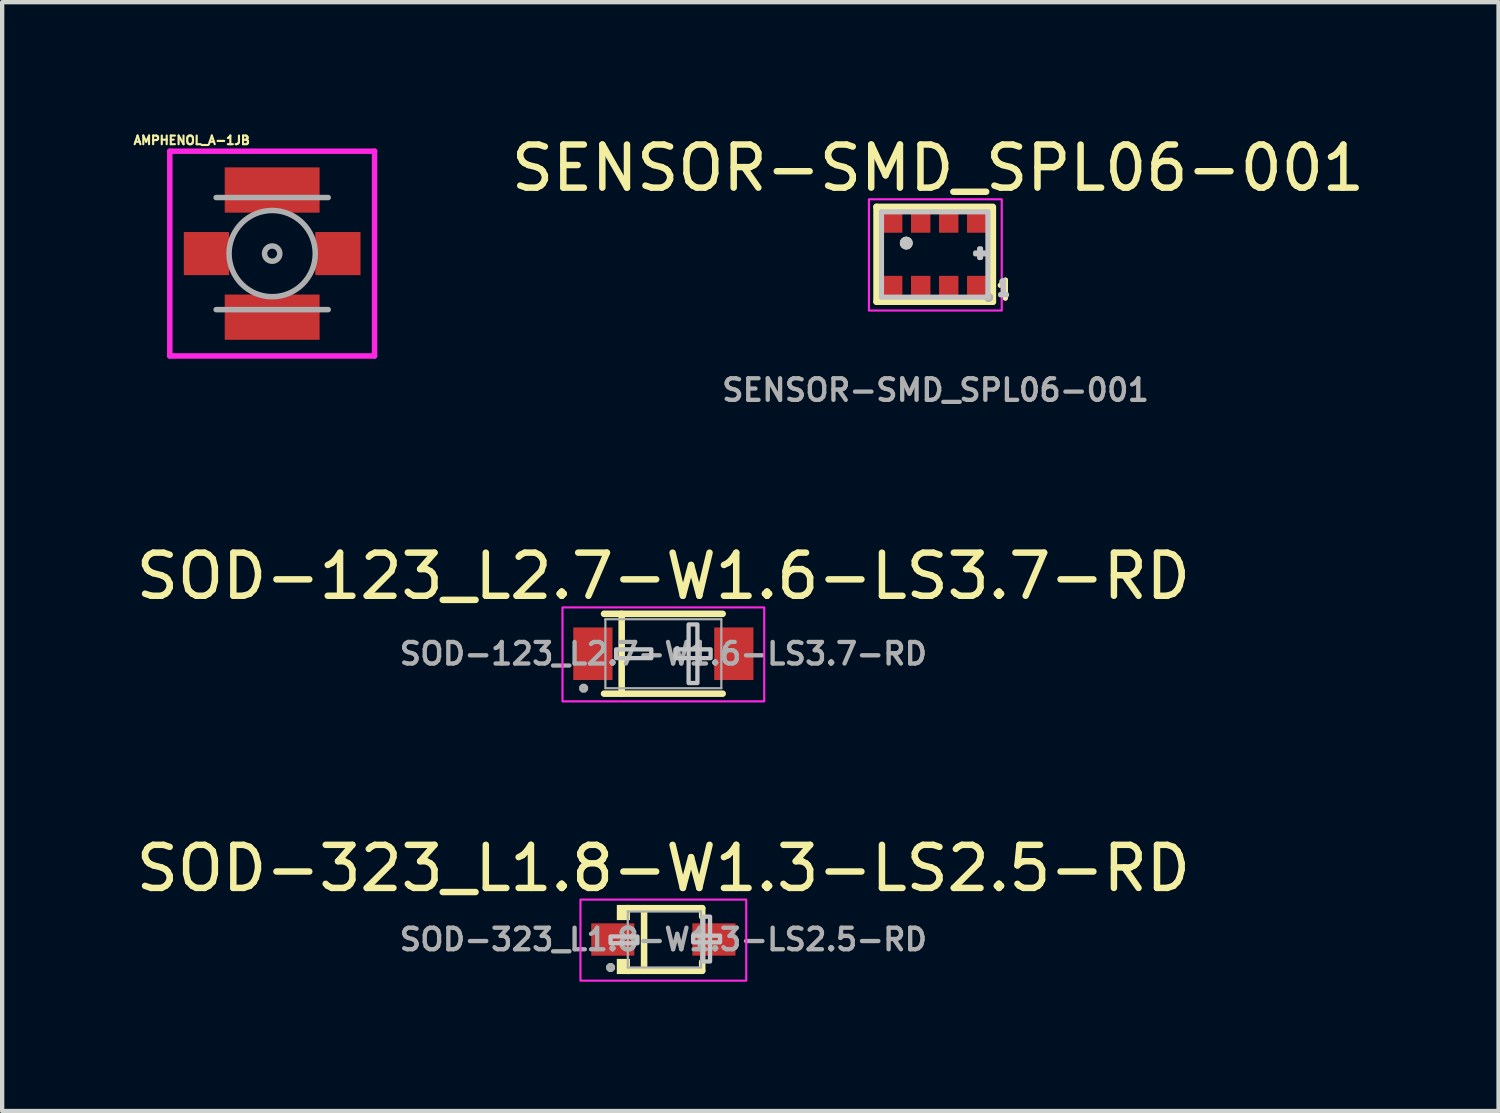
<source format=kicad_pcb>
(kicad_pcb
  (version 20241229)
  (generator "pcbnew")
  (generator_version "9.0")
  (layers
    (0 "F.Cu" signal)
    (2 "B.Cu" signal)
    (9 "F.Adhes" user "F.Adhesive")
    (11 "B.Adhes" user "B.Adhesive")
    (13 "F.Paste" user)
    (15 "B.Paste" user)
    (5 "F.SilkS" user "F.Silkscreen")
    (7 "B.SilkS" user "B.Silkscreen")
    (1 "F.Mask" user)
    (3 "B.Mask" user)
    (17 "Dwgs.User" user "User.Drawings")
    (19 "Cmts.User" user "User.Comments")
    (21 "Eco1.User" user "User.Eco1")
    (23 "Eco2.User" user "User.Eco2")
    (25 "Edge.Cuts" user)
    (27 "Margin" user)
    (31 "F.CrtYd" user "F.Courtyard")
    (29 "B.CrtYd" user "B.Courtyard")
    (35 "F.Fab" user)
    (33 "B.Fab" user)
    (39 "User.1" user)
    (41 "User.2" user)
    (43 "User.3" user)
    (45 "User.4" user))
  (footprint "SOD-123_L2.7-W1.6-LS3.7-RD"
    (layer "F.Cu")
    (at 12.339 12.116)
    (property "Reference" "SOD-123_L2.7-W1.6-LS3.7-RD" (at 0 -1.8 0) (layer "F.SilkS") (effects (font (size 1 1) (thickness 0.15))))
    (fp_line (start -1.376 -0.926) (end 1.376 -0.926) (stroke (width 0.152) (type default)) (layer "F.SilkS"))
    (fp_line (start -1.376 0.926) (end 1.376 0.926) (stroke (width 0.152) (type default)) (layer "F.SilkS"))
    (fp_line (start -0.967 -0.926) (end -0.967 0.926) (stroke (width 0.152) (type default)) (layer "F.SilkS"))
    (fp_poly (pts (xy -1.096 -0.102) (xy -1.096 0.102) (xy -0.28 0.102) (xy -0.28 -0.102)) (stroke (width 0.1) (type default)) (fill no) (layer "Dwgs.User"))
    (fp_poly (pts (xy 0.79 -0.68) (xy 0.79 0.68) (xy 0.586 0.68) (xy 0.586 -0.68)) (stroke (width 0.1) (type default)) (fill no) (layer "Dwgs.User"))
    (fp_poly (pts (xy 1.096 -0.102) (xy 1.096 0.102) (xy 0.28 0.102) (xy 0.28 -0.102)) (stroke (width 0.1) (type default)) (fill no) (layer "Dwgs.User"))
    (fp_rect (start -2.34 -1.075) (end 2.34 1.105) (stroke (width 0.05) (type default)) (fill no) (layer "F.CrtYd"))
    (fp_line (start -1.345 -0.8) (end 1.345 -0.8) (stroke (width 0.051) (type default)) (layer "F.Fab"))
    (fp_line (start -1.345 0.8) (end -1.345 -0.8) (stroke (width 0.051) (type default)) (layer "F.Fab"))
    (fp_line (start 1.345 -0.8) (end 1.345 0.8) (stroke (width 0.051) (type default)) (layer "F.Fab"))
    (fp_line (start 1.345 0.8) (end -1.345 0.8) (stroke (width 0.051) (type default)) (layer "F.Fab"))
    (fp_poly (pts (xy -1.795 0.777) (xy -1.827 0.745) (xy -1.873 0.745) (xy -1.905 0.777) (xy -1.905 0.823) (xy -1.873 0.855) (xy -1.827 0.855) (xy -1.795 0.823)) (stroke (width 0.1) (type default)) (fill no) (layer "F.Fab"))
    (fp_poly (pts (xy -1.845 -0.3) (xy -1.595 -0.3) (xy -1.595 0.3) (xy -1.845 0.3)) (stroke (width 0.1) (type default)) (fill no) (layer "User.1"))
    (fp_poly (pts (xy -1.81 0.3) (xy -1.33 0.3) (xy -1.33 -0.3) (xy -1.81 -0.3)) (stroke (width 0.1) (type default)) (fill no) (layer "User.1"))
    (fp_poly (pts (xy 1.595 -0.3) (xy 1.845 -0.3) (xy 1.845 0.3) (xy 1.595 0.3)) (stroke (width 0.1) (type default)) (fill no) (layer "User.1"))
    (fp_poly (pts (xy 1.81 -0.3) (xy 1.33 -0.3) (xy 1.33 0.3) (xy 1.81 0.3)) (stroke (width 0.1) (type default)) (fill no) (layer "User.1"))
    (fp_text user "${REFERENCE}" (at 0 0 0) (layer "F.Fab") (effects (font (size 0.5 0.5) (thickness 0.1))))
    (pad "1" smd rect (at -1.635 0) (size 0.91 1.22) (layers "F.Cu" "F.Mask" "F.Paste"))
    (pad "2" smd rect (at 1.635 0) (size 0.91 1.22) (layers "F.Cu" "F.Mask" "F.Paste")))
  (footprint "SENSOR-SMD_SPL06-001"
    (layer "F.Cu")
    (at 18.634 2.849)
    (property "Reference" "SENSOR-SMD_SPL06-001" (at 0.075 -2.001 0) (layer "F.SilkS") (effects (font (size 1 1) (thickness 0.15))))
    (fp_line (start -1.349 -1.1) (end -1.349 1.1) (stroke (width 0.152) (type default)) (layer "F.SilkS"))
    (fp_line (start -1.349 1.1) (end 1.349 1.1) (stroke (width 0.152) (type default)) (layer "F.SilkS"))
    (fp_line (start 1.3 -1.1) (end -1.349 -1.1) (stroke (width 0.152) (type default)) (layer "F.SilkS"))
    (fp_line (start 1.349 1.1) (end 1.349 -1.1) (stroke (width 0.152) (type default)) (layer "F.SilkS"))
    (fp_line (start 1.64 0.6) (end 1.52 0.72) (stroke (width 0.12) (type default)) (layer "F.SilkS"))
    (fp_line (start 1.64 1.02) (end 1.64 0.6) (stroke (width 0.12) (type default)) (layer "F.SilkS"))
    (fp_circle (center -0.66 -0.26) (end -0.585 -0.26) (stroke (width 0.15) (type default)) (fill no) (layer "F.SilkS"))
    (fp_poly (pts (xy 0.94 -0.04) (xy 1.16 -0.04) (xy 1.16 0) (xy 0.94 0)) (stroke (width 0) (type default)) (fill yes) (layer "F.SilkS"))
    (fp_poly (pts (xy 1.032 0.084) (xy 1.032 -0.136) (xy 1.073 -0.136) (xy 1.073 0.084)) (stroke (width 0) (type default)) (fill yes) (layer "F.SilkS"))
    (fp_circle (center -0.66 -0.26) (end -0.585 -0.26) (stroke (width 0.15) (type default)) (fill no) (layer "Dwgs.User"))
    (fp_poly (pts (xy 0.94 -0.04) (xy 1.16 -0.04) (xy 1.16 0) (xy 0.94 0)) (stroke (width 0.1) (type default)) (fill no) (layer "Dwgs.User"))
    (fp_poly (pts (xy 1.032 0.084) (xy 1.032 -0.136) (xy 1.073 -0.136) (xy 1.073 0.084)) (stroke (width 0.1) (type default)) (fill no) (layer "Dwgs.User"))
    (fp_poly (pts (xy -1.245 -0.995) (xy 1.245 -0.995) (xy 1.245 0.995) (xy 1.225 0.995) (xy 1.225 -0.975) (xy -1.245 -0.975)) (stroke (width 0.1) (type default)) (fill no) (layer "Dwgs.User"))
    (fp_poly (pts (xy 1.245 1.005) (xy -1.245 1.005) (xy -1.245 -0.985) (xy -1.225 -0.985) (xy -1.225 0.985) (xy 1.245 0.985)) (stroke (width 0.1) (type default)) (fill no) (layer "Dwgs.User"))
    (fp_poly (pts (xy 1.52 0.94) (xy 1.519 0.926) (xy 1.58 0.925) (xy 1.58 0.628) (xy 1.576 0.625) (xy 1.548 0.653) (xy 1.548 0.624) (xy 1.568 0.604) (xy 1.605 0.604) (xy 1.605 0.925) (xy 1.675 0.927) (xy 1.676 0.951) (xy 1.519 0.948) (xy 1.519 0.946)) (stroke (width 0.1) (type default)) (fill no) (layer "Dwgs.User"))
    (fp_rect (start -1.526 -1.276) (end 1.555 1.305) (stroke (width 0.05) (type default)) (fill no) (layer "F.CrtYd"))
    (fp_line (start -1.25 -1) (end 1.25 -1) (stroke (width 0.051) (type default)) (layer "F.Fab"))
    (fp_line (start -1.25 1) (end -1.25 -1) (stroke (width 0.051) (type default)) (layer "F.Fab"))
    (fp_line (start 1.25 -1) (end 1.25 1) (stroke (width 0.051) (type default)) (layer "F.Fab"))
    (fp_line (start 1.25 1) (end -1.25 1) (stroke (width 0.051) (type default)) (layer "F.Fab"))
    (fp_poly (pts (xy 1.305 0.977) (xy 1.273 0.945) (xy 1.227 0.945) (xy 1.195 0.977) (xy 1.195 1.023) (xy 1.227 1.055) (xy 1.273 1.055) (xy 1.305 1.023)) (stroke (width 0.1) (type default)) (fill no) (layer "F.Fab"))
    (fp_poly (pts (xy -1.15 -0.9) (xy -0.8 -0.9) (xy -0.8 -0.55) (xy -1.15 -0.55)) (stroke (width 0.1) (type default)) (fill no) (layer "User.1"))
    (fp_poly (pts (xy -1.15 0.55) (xy -0.8 0.55) (xy -0.8 0.9) (xy -1.15 0.9)) (stroke (width 0.1) (type default)) (fill no) (layer "User.1"))
    (fp_poly (pts (xy -0.5 -0.9) (xy -0.15 -0.9) (xy -0.15 -0.55) (xy -0.5 -0.55)) (stroke (width 0.1) (type default)) (fill no) (layer "User.1"))
    (fp_poly (pts (xy -0.5 0.55) (xy -0.15 0.55) (xy -0.15 0.9) (xy -0.5 0.9)) (stroke (width 0.1) (type default)) (fill no) (layer "User.1"))
    (fp_poly (pts (xy 0.15 -0.9) (xy 0.5 -0.9) (xy 0.5 -0.55) (xy 0.15 -0.55)) (stroke (width 0.1) (type default)) (fill no) (layer "User.1"))
    (fp_poly (pts (xy 0.15 0.55) (xy 0.5 0.55) (xy 0.5 0.9) (xy 0.15 0.9)) (stroke (width 0.1) (type default)) (fill no) (layer "User.1"))
    (fp_poly (pts (xy 0.8 -0.9) (xy 1.15 -0.9) (xy 1.15 -0.55) (xy 0.8 -0.55)) (stroke (width 0.1) (type default)) (fill no) (layer "User.1"))
    (fp_poly (pts (xy 0.8 0.55) (xy 1.15 0.55) (xy 1.15 0.9) (xy 0.8 0.9)) (stroke (width 0.1) (type default)) (fill no) (layer "User.1"))
    (fp_text user "${REFERENCE}" (at 0.02 3.15 0) (layer "F.Fab") (effects (font (size 0.5 0.5) (thickness 0.1))))
    (pad "1" smd rect (at 0.975 0.725) (size 0.45 0.45) (layers "F.Cu" "F.Mask" "F.Paste"))
    (pad "2" smd rect (at 0.325 0.725) (size 0.45 0.45) (layers "F.Cu" "F.Mask" "F.Paste"))
    (pad "3" smd rect (at -0.325 0.725) (size 0.45 0.45) (layers "F.Cu" "F.Mask" "F.Paste"))
    (pad "4" smd rect (at -0.975 0.725) (size 0.45 0.45) (layers "F.Cu" "F.Mask" "F.Paste"))
    (pad "5" smd rect (at -0.975 -0.725) (size 0.45 0.45) (layers "F.Cu" "F.Mask" "F.Paste"))
    (pad "6" smd rect (at -0.325 -0.725) (size 0.45 0.45) (layers "F.Cu" "F.Mask" "F.Paste"))
    (pad "7" smd rect (at 0.325 -0.725) (size 0.45 0.45) (layers "F.Cu" "F.Mask" "F.Paste"))
    (pad "8" smd rect (at 0.975 -0.725) (size 0.45 0.45) (layers "F.Cu" "F.Mask" "F.Paste")))
  (footprint "AMPHENOL_A-1JB"
    (layer "F.Cu")
    (at 3.264 2.833)
    (property "Reference" "AMPHENOL_A-1JB" (at -1.866 -2.628 0) (layer "F.SilkS") (effects (font (size 0.2 0.2) (thickness 0.15))))
    (attr smd)
    (fp_line (start -2.375 -2.375) (end 2.375 -2.375) (stroke (width 0.127) (type solid)) (layer "F.CrtYd"))
    (fp_line (start -2.375 2.375) (end -2.375 -2.375) (stroke (width 0.127) (type solid)) (layer "F.CrtYd"))
    (fp_line (start 2.375 -2.375) (end 2.375 2.375) (stroke (width 0.127) (type solid)) (layer "F.CrtYd"))
    (fp_line (start 2.375 2.375) (end -2.375 2.375) (stroke (width 0.127) (type solid)) (layer "F.CrtYd"))
    (fp_line (start -1.3 -1.3) (end 1.3 -1.3) (stroke (width 0.127) (type solid)) (layer "F.Fab"))
    (fp_line (start 1.3 1.3) (end -1.3 1.3) (stroke (width 0.127) (type solid)) (layer "F.Fab"))
    (fp_circle (center 0 0) (end 0.177 0) (stroke (width 0.127) (type solid)) (fill no) (layer "F.Fab"))
    (fp_circle (center 0 0) (end 1 0) (stroke (width 0.127) (type solid)) (fill no) (layer "F.Fab"))
    (pad "GND1" smd rect (at 0 -1.475) (size 2.2 1.05) (layers "F.Cu" "F.Mask" "F.Paste"))
    (pad "GND2" smd rect (at 0 1.475) (size 2.2 1.05) (layers "F.Cu" "F.Mask" "F.Paste"))
    (pad "OPTIONAL_GND" smd rect (at -1.525 0) (size 1.05 1) (layers "F.Cu" "F.Mask" "F.Paste"))
    (pad "SIGNAL" smd rect (at 1.525 0) (size 1.05 1) (layers "F.Cu" "F.Mask" "F.Paste")))
  (footprint "SOD-323_L1.8-W1.3-LS2.5-RD"
    (layer "F.Cu")
    (at 12.339 18.745)
    (property "Reference" "SOD-323_L1.8-W1.3-LS2.5-RD" (at 0 -1.651 0) (layer "F.SilkS") (effects (font (size 1 1) (thickness 0.15))))
    (fp_line (start -0.851 -0.726) (end 0.901 -0.726) (stroke (width 0.152) (type default)) (layer "F.SilkS"))
    (fp_line (start -0.851 0.726) (end 0.901 0.726) (stroke (width 0.152) (type default)) (layer "F.SilkS"))
    (fp_line (start -0.447 -0.726) (end -0.447 0.726) (stroke (width 0.152) (type default)) (layer "F.SilkS"))
    (fp_line (start 0.901 -0.726) (end 0.901 -0.53) (stroke (width 0.152) (type default)) (layer "F.SilkS"))
    (fp_line (start 0.901 0.726) (end 0.901 0.52) (stroke (width 0.152) (type default)) (layer "F.SilkS"))
    (fp_poly (pts (xy -0.775 -0.802) (xy -0.775 -0.45) (xy -1.08 -0.45) (xy -1.08 -0.802)) (stroke (width 0) (type default)) (fill yes) (layer "F.SilkS"))
    (fp_poly (pts (xy -0.775 0.802) (xy -0.775 0.45) (xy -1.08 0.45) (xy -1.08 0.802)) (stroke (width 0) (type default)) (fill yes) (layer "F.SilkS"))
    (fp_poly (pts (xy -1.225 -0.07) (xy -1.225 0.086) (xy -0.601 0.086) (xy -0.601 -0.07)) (stroke (width 0.1) (type default)) (fill no) (layer "Dwgs.User"))
    (fp_poly (pts (xy 1.083 -0.53) (xy 1.083 0.51) (xy 0.927 0.51) (xy 0.927 -0.53)) (stroke (width 0.1) (type default)) (fill no) (layer "Dwgs.User"))
    (fp_poly (pts (xy 1.315 -0.09) (xy 1.315 0.066) (xy 0.691 0.066) (xy 0.691 -0.09)) (stroke (width 0.1) (type default)) (fill no) (layer "Dwgs.User"))
    (fp_rect (start -1.923 -0.925) (end 1.923 0.955) (stroke (width 0.05) (type default)) (fill no) (layer "F.CrtYd"))
    (fp_line (start -0.825 -0.65) (end 0.875 -0.65) (stroke (width 0.051) (type default)) (layer "F.Fab"))
    (fp_line (start -0.825 0.65) (end -0.825 -0.65) (stroke (width 0.051) (type default)) (layer "F.Fab"))
    (fp_line (start 0.875 -0.65) (end 0.875 0.65) (stroke (width 0.051) (type default)) (layer "F.Fab"))
    (fp_line (start 0.875 0.65) (end -0.825 0.65) (stroke (width 0.051) (type default)) (layer "F.Fab"))
    (fp_poly (pts (xy -1.17 0.627) (xy -1.202 0.595) (xy -1.248 0.595) (xy -1.28 0.627) (xy -1.28 0.673) (xy -1.248 0.705) (xy -1.202 0.705) (xy -1.17 0.673)) (stroke (width 0.1) (type default)) (fill no) (layer "F.Fab"))
    (fp_poly (pts (xy -0.925 -0.16) (xy -0.925 0.16) (xy -1.225 0.16) (xy -1.225 -0.16)) (stroke (width 0.1) (type default)) (fill no) (layer "User.1"))
    (fp_poly (pts (xy -0.815 -0.16) (xy -0.815 0.16) (xy -0.935 0.16) (xy -0.935 -0.16)) (stroke (width 0.1) (type default)) (fill no) (layer "User.1"))
    (fp_poly (pts (xy 0.985 -0.16) (xy 0.985 0.16) (xy 0.865 0.16) (xy 0.865 -0.16)) (stroke (width 0.1) (type default)) (fill no) (layer "User.1"))
    (fp_poly (pts (xy 1.275 -0.16) (xy 1.275 0.16) (xy 0.975 0.16) (xy 0.975 -0.16)) (stroke (width 0.1) (type default)) (fill no) (layer "User.1"))
    (fp_text user "${REFERENCE}" (at 0 0 0) (layer "F.Fab") (effects (font (size 0.5 0.5) (thickness 0.1))))
    (pad "1" smd rect (at -1.173 0) (size 1 0.75) (layers "F.Cu" "F.Mask" "F.Paste"))
    (pad "2" smd rect (at 1.173 0) (size 1 0.75) (layers "F.Cu" "F.Mask" "F.Paste")))
  (gr_rect
    (start -3 -3)
    (end 31.714 22.725)
    (stroke (width 0.1) (type default))
    (fill no)
    (layer "Edge.Cuts")))
</source>
